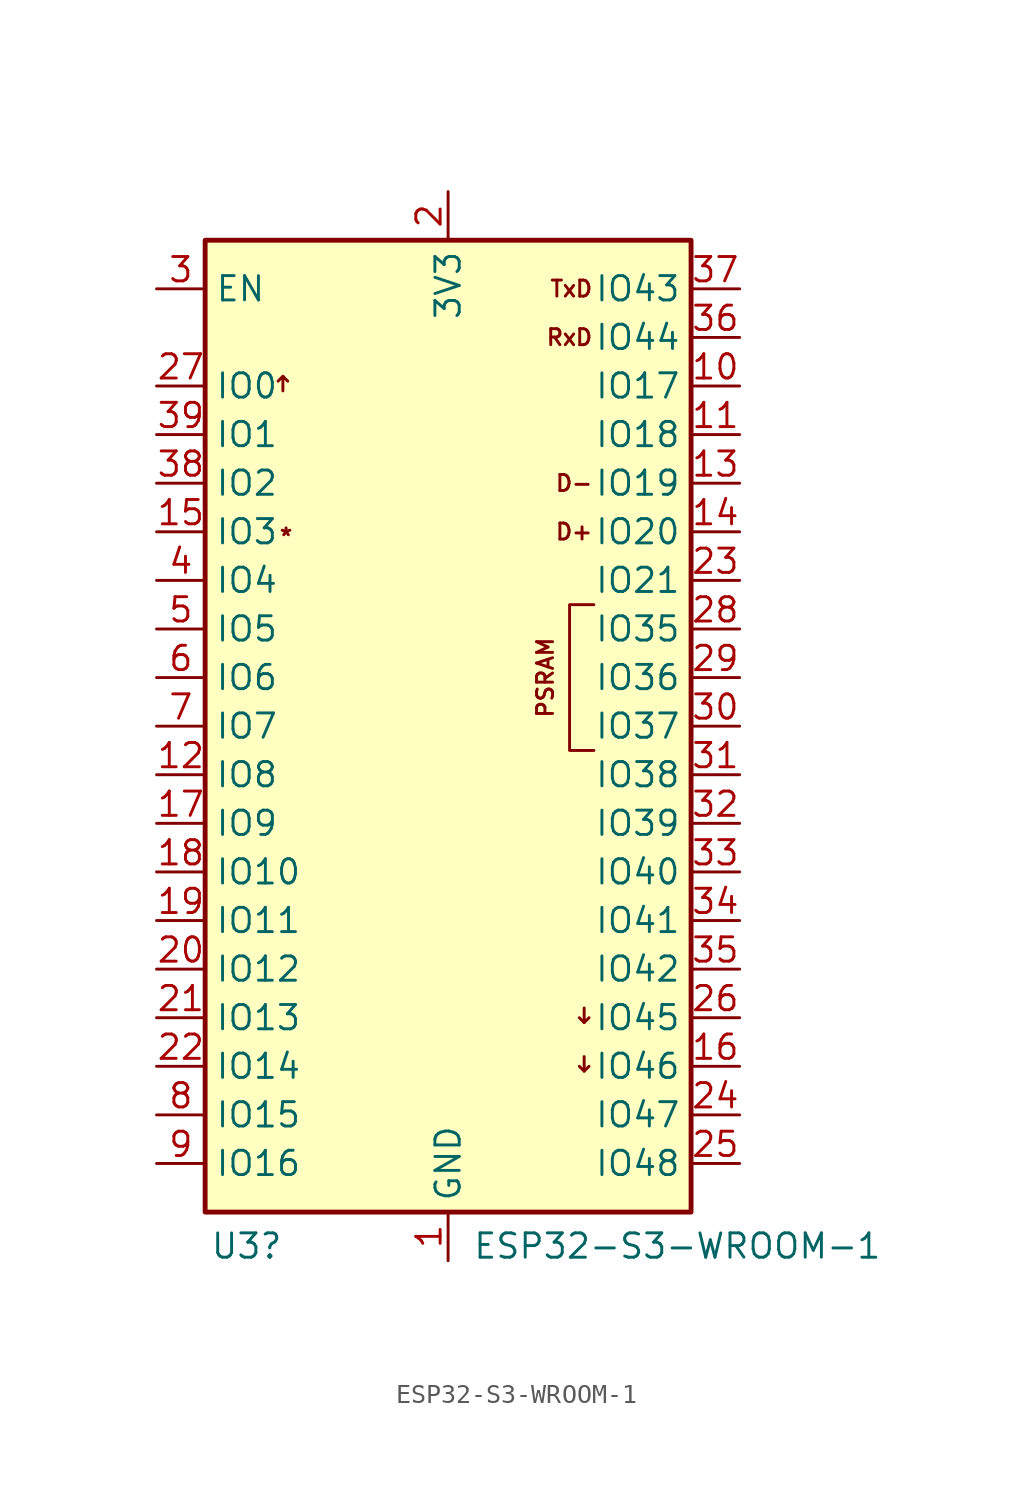
<source format=kicad_sym>
(kicad_symbol_lib
  (version 20231120)
  (generator "kicad_symbol_editor")
  (generator_version "8.0")
  (symbol "ESP32-S3-WROOM-1"
    (property "Reference" "U3"
      (at -12.446 -27.178 0)
      (effects (font (size 1.27 1.27)) (justify left)))
    (property "Value" "ESP32-S3-WROOM-1"
      (at 1.27 -27.178 0)
      (effects (font (size 1.27 1.27)) (justify left)))
    (symbol "ESP32-S3-WROOM-1_0_0"
      (rectangle (start -12.7 25.4) (end 12.7 -25.4) (stroke (width 0.254) (type default)) (fill (type background))))
    (symbol "ESP32-S3-WROOM-1_0_1"
      (polyline (pts (xy 7.62 -1.27) (xy 6.35 -1.27) (xy 6.35 6.35) (xy 7.62 6.35)) (stroke (width 0) (type default)) (fill (type none))))
    (symbol "ESP32-S3-WROOM-1_1_0"
      (polyline (pts (xy -8.636 18.288) (xy -8.89 18.034)) (stroke (width 0) (type default)) (fill (type none)))
      (polyline (pts (xy 7.112 -18.034) (xy 6.858 -17.78)) (stroke (width 0) (type default)) (fill (type none)))
      (polyline (pts (xy 7.112 -15.494) (xy 6.858 -15.24)) (stroke (width 0) (type default)) (fill (type none)))
      (polyline (pts (xy -8.636 17.526) (xy -8.636 18.288) (xy -8.382 18.034)) (stroke (width 0) (type default)) (fill (type none)))
      (polyline (pts (xy 7.112 -17.272) (xy 7.112 -18.034) (xy 7.366 -17.78)) (stroke (width 0) (type default)) (fill (type none)))
      (polyline (pts (xy 7.112 -14.732) (xy 7.112 -15.494) (xy 7.366 -15.24)) (stroke (width 0) (type default)) (fill (type none)))
      (text "*" (at -8.89 9.906 0) (effects (font (size 0.838 0.838)) (justify left)))
      (text "D+" (at 7.62 10.16 0) (effects (font (size 0.838 0.838)) (justify right)))
      (text "D-" (at 7.62 12.7 0) (effects (font (size 0.838 0.838)) (justify right)))
      (text "PSRAM" (at 5.08 2.54 900) (effects (font (size 0.838 0.838))))
      (text "RxD" (at 7.62 20.32 0) (effects (font (size 0.838 0.838)) (justify right)))
      (text "TxD" (at 7.62 22.86 0) (effects (font (size 0.838 0.838)) (justify right))))
    (symbol "ESP32-S3-WROOM-1_1_1"
      (pin power_in line (at 0 -27.94 90) (length 2.54) (name "GND" (effects (font (size 1.27 1.27)))) (number "1" (effects (font (size 1.27 1.27)))))
      (pin bidirectional line (at 15.24 17.78 180) (length 2.54) (name "IO17" (effects (font (size 1.27 1.27)))) (number "10" (effects (font (size 1.27 1.27)))))
      (pin bidirectional line (at 15.24 15.24 180) (length 2.54) (name "IO18" (effects (font (size 1.27 1.27)))) (number "11" (effects (font (size 1.27 1.27)))))
      (pin bidirectional line (at -15.24 -2.54 0) (length 2.54) (name "IO8" (effects (font (size 1.27 1.27)))) (number "12" (effects (font (size 1.27 1.27)))))
      (pin bidirectional line (at 15.24 12.7 180) (length 2.54) (name "IO19" (effects (font (size 1.27 1.27)))) (number "13" (effects (font (size 1.27 1.27)))))
      (pin bidirectional line (at 15.24 10.16 180) (length 2.54) (name "IO20" (effects (font (size 1.27 1.27)))) (number "14" (effects (font (size 1.27 1.27)))))
      (pin bidirectional line (at -15.24 10.16 0) (length 2.54) (name "IO3" (effects (font (size 1.27 1.27)))) (number "15" (effects (font (size 1.27 1.27)))))
      (pin bidirectional line (at 15.24 -17.78 180) (length 2.54) (name "IO46" (effects (font (size 1.27 1.27)))) (number "16" (effects (font (size 1.27 1.27)))))
      (pin bidirectional line (at -15.24 -5.08 0) (length 2.54) (name "IO9" (effects (font (size 1.27 1.27)))) (number "17" (effects (font (size 1.27 1.27)))))
      (pin bidirectional line (at -15.24 -7.62 0) (length 2.54) (name "IO10" (effects (font (size 1.27 1.27)))) (number "18" (effects (font (size 1.27 1.27)))))
      (pin bidirectional line (at -15.24 -10.16 0) (length 2.54) (name "IO11" (effects (font (size 1.27 1.27)))) (number "19" (effects (font (size 1.27 1.27)))))
      (pin power_in line (at 0 27.94 270) (length 2.54) (name "3V3" (effects (font (size 1.27 1.27)))) (number "2" (effects (font (size 1.27 1.27)))))
      (pin bidirectional line (at -15.24 -12.7 0) (length 2.54) (name "IO12" (effects (font (size 1.27 1.27)))) (number "20" (effects (font (size 1.27 1.27)))))
      (pin bidirectional line (at -15.24 -15.24 0) (length 2.54) (name "IO13" (effects (font (size 1.27 1.27)))) (number "21" (effects (font (size 1.27 1.27)))))
      (pin bidirectional line (at -15.24 -17.78 0) (length 2.54) (name "IO14" (effects (font (size 1.27 1.27)))) (number "22" (effects (font (size 1.27 1.27)))))
      (pin bidirectional line (at 15.24 7.62 180) (length 2.54) (name "IO21" (effects (font (size 1.27 1.27)))) (number "23" (effects (font (size 1.27 1.27)))))
      (pin bidirectional line (at 15.24 -20.32 180) (length 2.54) (name "IO47" (effects (font (size 1.27 1.27)))) (number "24" (effects (font (size 1.27 1.27)))))
      (pin bidirectional line (at 15.24 -22.86 180) (length 2.54) (name "IO48" (effects (font (size 1.27 1.27)))) (number "25" (effects (font (size 1.27 1.27)))))
      (pin bidirectional line (at 15.24 -15.24 180) (length 2.54) (name "IO45" (effects (font (size 1.27 1.27)))) (number "26" (effects (font (size 1.27 1.27)))))
      (pin bidirectional line (at -15.24 17.78 0) (length 2.54) (name "IO0" (effects (font (size 1.27 1.27)))) (number "27" (effects (font (size 1.27 1.27)))))
      (pin bidirectional line (at 15.24 5.08 180) (length 2.54) (name "IO35" (effects (font (size 1.27 1.27)))) (number "28" (effects (font (size 1.27 1.27)))))
      (pin bidirectional line (at 15.24 2.54 180) (length 2.54) (name "IO36" (effects (font (size 1.27 1.27)))) (number "29" (effects (font (size 1.27 1.27)))))
      (pin input line (at -15.24 22.86 0) (length 2.54) (name "EN" (effects (font (size 1.27 1.27)))) (number "3" (effects (font (size 1.27 1.27)))))
      (pin bidirectional line (at 15.24 0 180) (length 2.54) (name "IO37" (effects (font (size 1.27 1.27)))) (number "30" (effects (font (size 1.27 1.27)))))
      (pin bidirectional line (at 15.24 -2.54 180) (length 2.54) (name "IO38" (effects (font (size 1.27 1.27)))) (number "31" (effects (font (size 1.27 1.27)))))
      (pin bidirectional line (at 15.24 -5.08 180) (length 2.54) (name "IO39" (effects (font (size 1.27 1.27)))) (number "32" (effects (font (size 1.27 1.27)))))
      (pin bidirectional line (at 15.24 -7.62 180) (length 2.54) (name "IO40" (effects (font (size 1.27 1.27)))) (number "33" (effects (font (size 1.27 1.27)))))
      (pin bidirectional line (at 15.24 -10.16 180) (length 2.54) (name "IO41" (effects (font (size 1.27 1.27)))) (number "34" (effects (font (size 1.27 1.27)))))
      (pin bidirectional line (at 15.24 -12.7 180) (length 2.54) (name "IO42" (effects (font (size 1.27 1.27)))) (number "35" (effects (font (size 1.27 1.27)))))
      (pin bidirectional line (at 15.24 20.32 180) (length 2.54) (name "IO44" (effects (font (size 1.27 1.27)))) (number "36" (effects (font (size 1.27 1.27)))))
      (pin bidirectional line (at 15.24 22.86 180) (length 2.54) (name "IO43" (effects (font (size 1.27 1.27)))) (number "37" (effects (font (size 1.27 1.27)))))
      (pin bidirectional line (at -15.24 12.7 0) (length 2.54) (name "IO2" (effects (font (size 1.27 1.27)))) (number "38" (effects (font (size 1.27 1.27)))))
      (pin bidirectional line (at -15.24 15.24 0) (length 2.54) (name "IO1" (effects (font (size 1.27 1.27)))) (number "39" (effects (font (size 1.27 1.27)))))
      (pin bidirectional line (at -15.24 7.62 0) (length 2.54) (name "IO4" (effects (font (size 1.27 1.27)))) (number "4" (effects (font (size 1.27 1.27)))))
      (pin passive line (at 0 -27.94 90) (length 2.54) hide (name "GND" (effects (font (size 1.27 1.27)))) (number "40" (effects (font (size 1.27 1.27)))))
      (pin passive line (at 0 -27.94 90) (length 2.54) hide (name "GND" (effects (font (size 1.27 1.27)))) (number "41" (effects (font (size 1.27 1.27)))))
      (pin bidirectional line (at -15.24 5.08 0) (length 2.54) (name "IO5" (effects (font (size 1.27 1.27)))) (number "5" (effects (font (size 1.27 1.27)))))
      (pin bidirectional line (at -15.24 2.54 0) (length 2.54) (name "IO6" (effects (font (size 1.27 1.27)))) (number "6" (effects (font (size 1.27 1.27)))))
      (pin bidirectional line (at -15.24 0 0) (length 2.54) (name "IO7" (effects (font (size 1.27 1.27)))) (number "7" (effects (font (size 1.27 1.27)))))
      (pin bidirectional line (at -15.24 -20.32 0) (length 2.54) (name "IO15" (effects (font (size 1.27 1.27)))) (number "8" (effects (font (size 1.27 1.27)))))
      (pin bidirectional line (at -15.24 -22.86 0) (length 2.54) (name "IO16" (effects (font (size 1.27 1.27)))) (number "9" (effects (font (size 1.27 1.27))))))))
</source>
